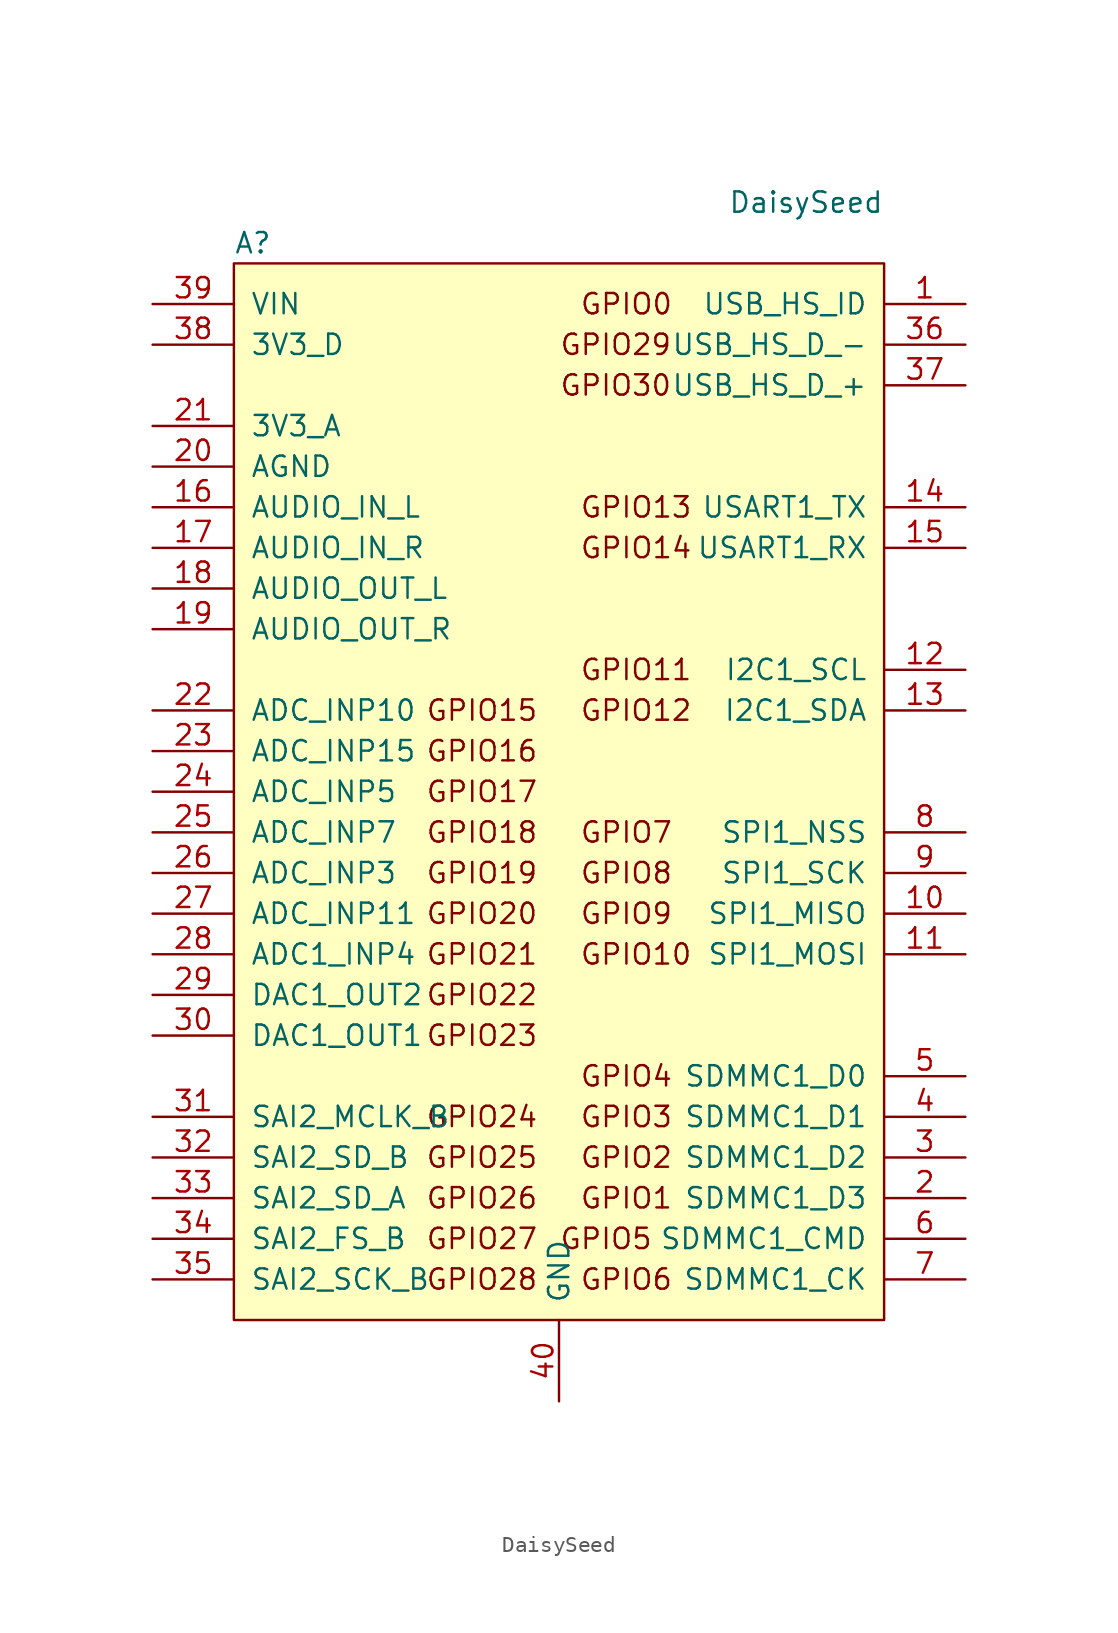
<source format=kicad_sym>
(kicad_symbol_lib
  (version 20220914)
  (generator kicad_symbol_editor)
  (symbol "DaisySeed"
    (pin_names
      (offset 1.016))
    (property "Reference" "A"
      (at -20.32 34.29 0)
      (effects (font (size 1.27 1.27)) (justify left)))
    (property "Value" "DaisySeed"
      (at 20.32 36.83 0)
      (effects (font (size 1.27 1.27)) (justify right)))
    (symbol "DaisySeed_0_0"
      (text "GPIO0" (at 1.27 30.48 0) (effects (font (size 1.27 1.27)) (justify left)))
      (text "GPIO1" (at 1.27 -25.4 0) (effects (font (size 1.27 1.27)) (justify left)))
      (text "GPIO10" (at 1.27 -10.16 0) (effects (font (size 1.27 1.27)) (justify left)))
      (text "GPIO11" (at 1.27 7.62 0) (effects (font (size 1.27 1.27)) (justify left)))
      (text "GPIO12" (at 1.27 5.08 0) (effects (font (size 1.27 1.27)) (justify left)))
      (text "GPIO13" (at 1.27 17.78 0) (effects (font (size 1.27 1.27)) (justify left)))
      (text "GPIO14" (at 1.27 15.24 0) (effects (font (size 1.27 1.27)) (justify left)))
      (text "GPIO15" (at -1.27 5.08 0) (effects (font (size 1.27 1.27)) (justify right)))
      (text "GPIO16" (at -1.27 2.54 0) (effects (font (size 1.27 1.27)) (justify right)))
      (text "GPIO17" (at -1.27 0 0) (effects (font (size 1.27 1.27)) (justify right)))
      (text "GPIO18" (at -1.27 -2.54 0) (effects (font (size 1.27 1.27)) (justify right)))
      (text "GPIO19" (at -1.27 -5.08 0) (effects (font (size 1.27 1.27)) (justify right)))
      (text "GPIO2" (at 1.27 -22.86 0) (effects (font (size 1.27 1.27)) (justify left)))
      (text "GPIO20" (at -1.27 -7.62 0) (effects (font (size 1.27 1.27)) (justify right)))
      (text "GPIO21" (at -1.27 -10.16 0) (effects (font (size 1.27 1.27)) (justify right)))
      (text "GPIO22" (at -1.27 -12.7 0) (effects (font (size 1.27 1.27)) (justify right)))
      (text "GPIO23" (at -1.27 -15.24 0) (effects (font (size 1.27 1.27)) (justify right)))
      (text "GPIO24" (at -1.27 -20.32 0) (effects (font (size 1.27 1.27)) (justify right)))
      (text "GPIO25" (at -1.27 -22.86 0) (effects (font (size 1.27 1.27)) (justify right)))
      (text "GPIO26" (at -1.27 -25.4 0) (effects (font (size 1.27 1.27)) (justify right)))
      (text "GPIO27" (at -1.27 -27.94 0) (effects (font (size 1.27 1.27)) (justify right)))
      (text "GPIO28" (at -1.27 -30.48 0) (effects (font (size 1.27 1.27)) (justify right)))
      (text "GPIO29" (at 0 27.94 0) (effects (font (size 1.27 1.27)) (justify left)))
      (text "GPIO3" (at 1.27 -20.32 0) (effects (font (size 1.27 1.27)) (justify left)))
      (text "GPIO30" (at 0 25.4 0) (effects (font (size 1.27 1.27)) (justify left)))
      (text "GPIO4" (at 1.27 -17.78 0) (effects (font (size 1.27 1.27)) (justify left)))
      (text "GPIO5" (at 0 -27.94 0) (effects (font (size 1.27 1.27)) (justify left)))
      (text "GPIO6" (at 1.27 -30.48 0) (effects (font (size 1.27 1.27)) (justify left)))
      (text "GPIO7" (at 1.27 -2.54 0) (effects (font (size 1.27 1.27)) (justify left)))
      (text "GPIO8" (at 1.27 -5.08 0) (effects (font (size 1.27 1.27)) (justify left)))
      (text "GPIO9" (at 1.27 -7.62 0) (effects (font (size 1.27 1.27)) (justify left)))
      (pin bidirectional line (at 25.4 30.48 180) (length 5.08) (name "USB_HS_ID" (effects (font (size 1.27 1.27)))) (number "1" (effects (font (size 1.27 1.27)))))
      (pin bidirectional line (at 25.4 -7.62 180) (length 5.08) (name "SPI1_MISO" (effects (font (size 1.27 1.27)))) (number "10" (effects (font (size 1.27 1.27)))))
      (pin bidirectional line (at 25.4 -10.16 180) (length 5.08) (name "SPI1_MOSI" (effects (font (size 1.27 1.27)))) (number "11" (effects (font (size 1.27 1.27)))))
      (pin bidirectional line (at 25.4 7.62 180) (length 5.08) (name "I2C1_SCL" (effects (font (size 1.27 1.27)))) (number "12" (effects (font (size 1.27 1.27)))))
      (pin bidirectional line (at 25.4 5.08 180) (length 5.08) (name "I2C1_SDA" (effects (font (size 1.27 1.27)))) (number "13" (effects (font (size 1.27 1.27)))))
      (pin bidirectional line (at 25.4 17.78 180) (length 5.08) (name "USART1_TX" (effects (font (size 1.27 1.27)))) (number "14" (effects (font (size 1.27 1.27)))))
      (pin bidirectional line (at 25.4 15.24 180) (length 5.08) (name "USART1_RX" (effects (font (size 1.27 1.27)))) (number "15" (effects (font (size 1.27 1.27)))))
      (pin input line (at -25.4 17.78 0) (length 5.08) (name "AUDIO_IN_L" (effects (font (size 1.27 1.27)))) (number "16" (effects (font (size 1.27 1.27)))))
      (pin input line (at -25.4 15.24 0) (length 5.08) (name "AUDIO_IN_R" (effects (font (size 1.27 1.27)))) (number "17" (effects (font (size 1.27 1.27)))))
      (pin output line (at -25.4 12.7 0) (length 5.08) (name "AUDIO_OUT_L" (effects (font (size 1.27 1.27)))) (number "18" (effects (font (size 1.27 1.27)))))
      (pin output line (at -25.4 10.16 0) (length 5.08) (name "AUDIO_OUT_R" (effects (font (size 1.27 1.27)))) (number "19" (effects (font (size 1.27 1.27)))))
      (pin bidirectional line (at 25.4 -25.4 180) (length 5.08) (name "SDMMC1_D3" (effects (font (size 1.27 1.27)))) (number "2" (effects (font (size 1.27 1.27)))))
      (pin passive line (at -25.4 20.32 0) (length 5.08) (name "AGND" (effects (font (size 1.27 1.27)))) (number "20" (effects (font (size 1.27 1.27)))))
      (pin power_out line (at -25.4 22.86 0) (length 5.08) (name "3V3_A" (effects (font (size 1.27 1.27)))) (number "21" (effects (font (size 1.27 1.27)))))
      (pin bidirectional line (at -25.4 5.08 0) (length 5.08) (name "ADC_INP10" (effects (font (size 1.27 1.27)))) (number "22" (effects (font (size 1.27 1.27)))))
      (pin bidirectional line (at -25.4 2.54 0) (length 5.08) (name "ADC_INP15" (effects (font (size 1.27 1.27)))) (number "23" (effects (font (size 1.27 1.27)))))
      (pin bidirectional line (at -25.4 0 0) (length 5.08) (name "ADC_INP5" (effects (font (size 1.27 1.27)))) (number "24" (effects (font (size 1.27 1.27)))))
      (pin bidirectional line (at -25.4 -2.54 0) (length 5.08) (name "ADC_INP7" (effects (font (size 1.27 1.27)))) (number "25" (effects (font (size 1.27 1.27)))))
      (pin bidirectional line (at -25.4 -5.08 0) (length 5.08) (name "ADC_INP3" (effects (font (size 1.27 1.27)))) (number "26" (effects (font (size 1.27 1.27)))))
      (pin bidirectional line (at -25.4 -7.62 0) (length 5.08) (name "ADC_INP11" (effects (font (size 1.27 1.27)))) (number "27" (effects (font (size 1.27 1.27)))))
      (pin bidirectional line (at -25.4 -10.16 0) (length 5.08) (name "ADC1_INP4" (effects (font (size 1.27 1.27)))) (number "28" (effects (font (size 1.27 1.27)))))
      (pin bidirectional line (at -25.4 -12.7 0) (length 5.08) (name "DAC1_OUT2" (effects (font (size 1.27 1.27)))) (number "29" (effects (font (size 1.27 1.27)))))
      (pin bidirectional line (at 25.4 -22.86 180) (length 5.08) (name "SDMMC1_D2" (effects (font (size 1.27 1.27)))) (number "3" (effects (font (size 1.27 1.27)))))
      (pin bidirectional line (at -25.4 -15.24 0) (length 5.08) (name "DAC1_OUT1" (effects (font (size 1.27 1.27)))) (number "30" (effects (font (size 1.27 1.27)))))
      (pin bidirectional line (at -25.4 -20.32 0) (length 5.08) (name "SAI2_MCLK_B" (effects (font (size 1.27 1.27)))) (number "31" (effects (font (size 1.27 1.27)))))
      (pin bidirectional line (at -25.4 -22.86 0) (length 5.08) (name "SAI2_SD_B" (effects (font (size 1.27 1.27)))) (number "32" (effects (font (size 1.27 1.27)))))
      (pin bidirectional line (at -25.4 -25.4 0) (length 5.08) (name "SAI2_SD_A" (effects (font (size 1.27 1.27)))) (number "33" (effects (font (size 1.27 1.27)))))
      (pin bidirectional line (at -25.4 -27.94 0) (length 5.08) (name "SAI2_FS_B" (effects (font (size 1.27 1.27)))) (number "34" (effects (font (size 1.27 1.27)))))
      (pin bidirectional line (at -25.4 -30.48 0) (length 5.08) (name "SAI2_SCK_B" (effects (font (size 1.27 1.27)))) (number "35" (effects (font (size 1.27 1.27)))))
      (pin bidirectional line (at 25.4 27.94 180) (length 5.08) (name "USB_HS_D_-" (effects (font (size 1.27 1.27)))) (number "36" (effects (font (size 1.27 1.27)))))
      (pin bidirectional line (at 25.4 25.4 180) (length 5.08) (name "USB_HS_D_+" (effects (font (size 1.27 1.27)))) (number "37" (effects (font (size 1.27 1.27)))))
      (pin power_out line (at -25.4 27.94 0) (length 5.08) (name "3V3_D" (effects (font (size 1.27 1.27)))) (number "38" (effects (font (size 1.27 1.27)))))
      (pin power_in line (at -25.4 30.48 0) (length 5.08) (name "VIN" (effects (font (size 1.27 1.27)))) (number "39" (effects (font (size 1.27 1.27)))))
      (pin bidirectional line (at 25.4 -20.32 180) (length 5.08) (name "SDMMC1_D1" (effects (font (size 1.27 1.27)))) (number "4" (effects (font (size 1.27 1.27)))))
      (pin passive line (at 0 -38.1 90) (length 5.08) (name "GND" (effects (font (size 1.27 1.27)))) (number "40" (effects (font (size 1.27 1.27)))))
      (pin bidirectional line (at 25.4 -17.78 180) (length 5.08) (name "SDMMC1_D0" (effects (font (size 1.27 1.27)))) (number "5" (effects (font (size 1.27 1.27)))))
      (pin bidirectional line (at 25.4 -27.94 180) (length 5.08) (name "SDMMC1_CMD" (effects (font (size 1.27 1.27)))) (number "6" (effects (font (size 1.27 1.27)))))
      (pin bidirectional line (at 25.4 -30.48 180) (length 5.08) (name "SDMMC1_CK" (effects (font (size 1.27 1.27)))) (number "7" (effects (font (size 1.27 1.27)))))
      (pin bidirectional line (at 25.4 -2.54 180) (length 5.08) (name "SPI1_NSS" (effects (font (size 1.27 1.27)))) (number "8" (effects (font (size 1.27 1.27)))))
      (pin bidirectional line (at 25.4 -5.08 180) (length 5.08) (name "SPI1_SCK" (effects (font (size 1.27 1.27)))) (number "9" (effects (font (size 1.27 1.27))))))
    (symbol "DaisySeed_0_1"
      (rectangle (start -20.32 33.02) (end 20.32 -33.02) (stroke (width 0) (type default)) (fill (type background))))))
</source>
